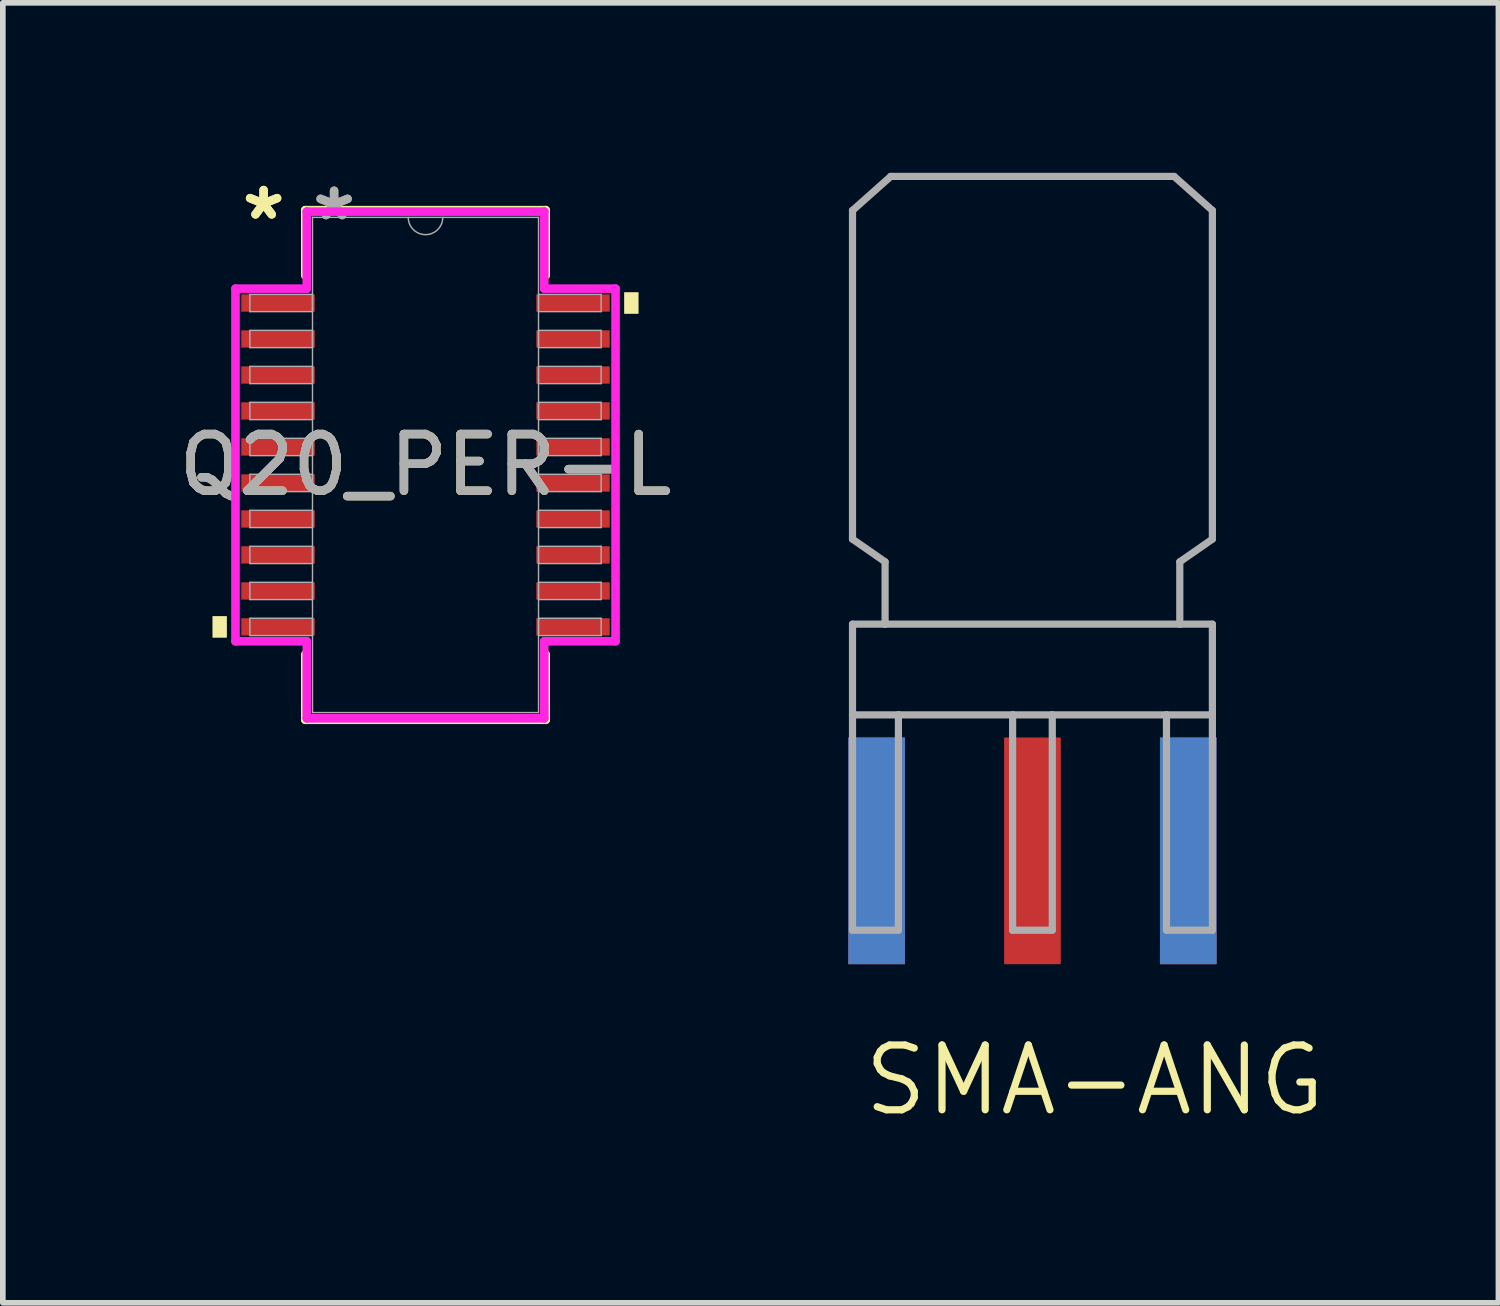
<source format=kicad_pcb>
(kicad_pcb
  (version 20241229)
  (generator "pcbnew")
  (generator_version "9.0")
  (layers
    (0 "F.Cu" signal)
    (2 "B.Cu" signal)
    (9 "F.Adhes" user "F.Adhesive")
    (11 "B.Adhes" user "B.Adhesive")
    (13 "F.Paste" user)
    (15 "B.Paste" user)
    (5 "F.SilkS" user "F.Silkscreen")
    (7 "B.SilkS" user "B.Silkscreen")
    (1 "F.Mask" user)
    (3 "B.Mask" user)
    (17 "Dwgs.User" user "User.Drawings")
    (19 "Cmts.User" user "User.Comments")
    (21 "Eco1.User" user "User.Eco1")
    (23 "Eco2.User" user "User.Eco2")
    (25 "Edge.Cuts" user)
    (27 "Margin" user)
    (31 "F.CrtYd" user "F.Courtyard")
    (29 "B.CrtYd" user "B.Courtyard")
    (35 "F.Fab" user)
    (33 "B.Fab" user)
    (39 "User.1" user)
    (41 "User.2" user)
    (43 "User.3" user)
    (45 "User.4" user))
  (footprint "Q20_PER-L"
    (layer "F.Cu")
    (at 4.458 5.154)
    (property "Reference" "Q20_PER-L" (at 0 0 0) (unlocked yes) (layer "F.SilkS") (effects (font (size 1 1) (thickness 0.15))))
    (attr smd)
    (fp_line (start -2.121 -4.496) (end -2.121 -3.343) (stroke (width 0.152) (type solid)) (layer "F.SilkS"))
    (fp_line (start -2.121 3.343) (end -2.121 4.496) (stroke (width 0.152) (type solid)) (layer "F.SilkS"))
    (fp_line (start -2.121 4.496) (end 2.121 4.496) (stroke (width 0.152) (type solid)) (layer "F.SilkS"))
    (fp_line (start 2.121 -4.496) (end -2.121 -4.496) (stroke (width 0.152) (type solid)) (layer "F.SilkS"))
    (fp_line (start 2.121 -3.343) (end 2.121 -4.496) (stroke (width 0.152) (type solid)) (layer "F.SilkS"))
    (fp_line (start 2.121 4.496) (end 2.121 3.343) (stroke (width 0.152) (type solid)) (layer "F.SilkS"))
    (fp_poly (pts (xy -3.759 2.667) (xy -3.759 3.048) (xy -3.505 3.048) (xy -3.505 2.667)) (stroke (width 0) (type solid)) (fill yes) (layer "F.SilkS"))
    (fp_poly (pts (xy 3.759 -3.048) (xy 3.759 -2.667) (xy 3.505 -2.667) (xy 3.505 -3.048)) (stroke (width 0) (type solid)) (fill yes) (layer "F.SilkS"))
    (fp_line (start -3.353 -3.111) (end -2.095 -3.111) (stroke (width 0.152) (type solid)) (layer "F.CrtYd"))
    (fp_line (start -3.353 3.111) (end -3.353 -3.111) (stroke (width 0.152) (type solid)) (layer "F.CrtYd"))
    (fp_line (start -3.353 3.111) (end -2.095 3.111) (stroke (width 0.152) (type solid)) (layer "F.CrtYd"))
    (fp_line (start -2.095 -4.47) (end 2.095 -4.47) (stroke (width 0.152) (type solid)) (layer "F.CrtYd"))
    (fp_line (start -2.095 -3.111) (end -2.095 -4.47) (stroke (width 0.152) (type solid)) (layer "F.CrtYd"))
    (fp_line (start -2.095 4.47) (end -2.095 3.111) (stroke (width 0.152) (type solid)) (layer "F.CrtYd"))
    (fp_line (start 2.095 -4.47) (end 2.095 -3.111) (stroke (width 0.152) (type solid)) (layer "F.CrtYd"))
    (fp_line (start 2.095 3.111) (end 2.095 4.47) (stroke (width 0.152) (type solid)) (layer "F.CrtYd"))
    (fp_line (start 2.095 4.47) (end -2.095 4.47) (stroke (width 0.152) (type solid)) (layer "F.CrtYd"))
    (fp_line (start 3.353 -3.111) (end 2.095 -3.111) (stroke (width 0.152) (type solid)) (layer "F.CrtYd"))
    (fp_line (start 3.353 -3.111) (end 3.353 3.111) (stroke (width 0.152) (type solid)) (layer "F.CrtYd"))
    (fp_line (start 3.353 3.111) (end 2.095 3.111) (stroke (width 0.152) (type solid)) (layer "F.CrtYd"))
    (fp_line (start -3.099 -3.01) (end -3.099 -2.705) (stroke (width 0.025) (type solid)) (layer "F.Fab"))
    (fp_line (start -3.099 -2.705) (end -1.994 -2.705) (stroke (width 0.025) (type solid)) (layer "F.Fab"))
    (fp_line (start -3.099 -2.375) (end -3.099 -2.07) (stroke (width 0.025) (type solid)) (layer "F.Fab"))
    (fp_line (start -3.099 -2.07) (end -1.994 -2.07) (stroke (width 0.025) (type solid)) (layer "F.Fab"))
    (fp_line (start -3.099 -1.74) (end -3.099 -1.435) (stroke (width 0.025) (type solid)) (layer "F.Fab"))
    (fp_line (start -3.099 -1.435) (end -1.994 -1.435) (stroke (width 0.025) (type solid)) (layer "F.Fab"))
    (fp_line (start -3.099 -1.105) (end -3.099 -0.8) (stroke (width 0.025) (type solid)) (layer "F.Fab"))
    (fp_line (start -3.099 -0.8) (end -1.994 -0.8) (stroke (width 0.025) (type solid)) (layer "F.Fab"))
    (fp_line (start -3.099 -0.47) (end -3.099 -0.165) (stroke (width 0.025) (type solid)) (layer "F.Fab"))
    (fp_line (start -3.099 -0.165) (end -1.994 -0.165) (stroke (width 0.025) (type solid)) (layer "F.Fab"))
    (fp_line (start -3.099 0.165) (end -3.099 0.47) (stroke (width 0.025) (type solid)) (layer "F.Fab"))
    (fp_line (start -3.099 0.47) (end -1.994 0.47) (stroke (width 0.025) (type solid)) (layer "F.Fab"))
    (fp_line (start -3.099 0.8) (end -3.099 1.105) (stroke (width 0.025) (type solid)) (layer "F.Fab"))
    (fp_line (start -3.099 1.105) (end -1.994 1.105) (stroke (width 0.025) (type solid)) (layer "F.Fab"))
    (fp_line (start -3.099 1.435) (end -3.099 1.74) (stroke (width 0.025) (type solid)) (layer "F.Fab"))
    (fp_line (start -3.099 1.74) (end -1.994 1.74) (stroke (width 0.025) (type solid)) (layer "F.Fab"))
    (fp_line (start -3.099 2.07) (end -3.099 2.375) (stroke (width 0.025) (type solid)) (layer "F.Fab"))
    (fp_line (start -3.099 2.375) (end -1.994 2.375) (stroke (width 0.025) (type solid)) (layer "F.Fab"))
    (fp_line (start -3.099 2.705) (end -3.099 3.01) (stroke (width 0.025) (type solid)) (layer "F.Fab"))
    (fp_line (start -3.099 3.01) (end -1.994 3.01) (stroke (width 0.025) (type solid)) (layer "F.Fab"))
    (fp_line (start -1.994 -4.369) (end -1.994 4.369) (stroke (width 0.025) (type solid)) (layer "F.Fab"))
    (fp_line (start -1.994 -3.01) (end -3.099 -3.01) (stroke (width 0.025) (type solid)) (layer "F.Fab"))
    (fp_line (start -1.994 -2.705) (end -1.994 -3.01) (stroke (width 0.025) (type solid)) (layer "F.Fab"))
    (fp_line (start -1.994 -2.375) (end -3.099 -2.375) (stroke (width 0.025) (type solid)) (layer "F.Fab"))
    (fp_line (start -1.994 -2.07) (end -1.994 -2.375) (stroke (width 0.025) (type solid)) (layer "F.Fab"))
    (fp_line (start -1.994 -1.74) (end -3.099 -1.74) (stroke (width 0.025) (type solid)) (layer "F.Fab"))
    (fp_line (start -1.994 -1.435) (end -1.994 -1.74) (stroke (width 0.025) (type solid)) (layer "F.Fab"))
    (fp_line (start -1.994 -1.105) (end -3.099 -1.105) (stroke (width 0.025) (type solid)) (layer "F.Fab"))
    (fp_line (start -1.994 -0.8) (end -1.994 -1.105) (stroke (width 0.025) (type solid)) (layer "F.Fab"))
    (fp_line (start -1.994 -0.47) (end -3.099 -0.47) (stroke (width 0.025) (type solid)) (layer "F.Fab"))
    (fp_line (start -1.994 -0.165) (end -1.994 -0.47) (stroke (width 0.025) (type solid)) (layer "F.Fab"))
    (fp_line (start -1.994 0.165) (end -3.099 0.165) (stroke (width 0.025) (type solid)) (layer "F.Fab"))
    (fp_line (start -1.994 0.47) (end -1.994 0.165) (stroke (width 0.025) (type solid)) (layer "F.Fab"))
    (fp_line (start -1.994 0.8) (end -3.099 0.8) (stroke (width 0.025) (type solid)) (layer "F.Fab"))
    (fp_line (start -1.994 1.105) (end -1.994 0.8) (stroke (width 0.025) (type solid)) (layer "F.Fab"))
    (fp_line (start -1.994 1.435) (end -3.099 1.435) (stroke (width 0.025) (type solid)) (layer "F.Fab"))
    (fp_line (start -1.994 1.74) (end -1.994 1.435) (stroke (width 0.025) (type solid)) (layer "F.Fab"))
    (fp_line (start -1.994 2.07) (end -3.099 2.07) (stroke (width 0.025) (type solid)) (layer "F.Fab"))
    (fp_line (start -1.994 2.375) (end -1.994 2.07) (stroke (width 0.025) (type solid)) (layer "F.Fab"))
    (fp_line (start -1.994 2.705) (end -3.099 2.705) (stroke (width 0.025) (type solid)) (layer "F.Fab"))
    (fp_line (start -1.994 3.01) (end -1.994 2.705) (stroke (width 0.025) (type solid)) (layer "F.Fab"))
    (fp_line (start -1.994 4.369) (end 1.994 4.369) (stroke (width 0.025) (type solid)) (layer "F.Fab"))
    (fp_line (start 1.994 -4.369) (end -1.994 -4.369) (stroke (width 0.025) (type solid)) (layer "F.Fab"))
    (fp_line (start 1.994 -3.01) (end 1.994 -2.705) (stroke (width 0.025) (type solid)) (layer "F.Fab"))
    (fp_line (start 1.994 -2.705) (end 3.099 -2.705) (stroke (width 0.025) (type solid)) (layer "F.Fab"))
    (fp_line (start 1.994 -2.375) (end 1.994 -2.07) (stroke (width 0.025) (type solid)) (layer "F.Fab"))
    (fp_line (start 1.994 -2.07) (end 3.099 -2.07) (stroke (width 0.025) (type solid)) (layer "F.Fab"))
    (fp_line (start 1.994 -1.74) (end 1.994 -1.435) (stroke (width 0.025) (type solid)) (layer "F.Fab"))
    (fp_line (start 1.994 -1.435) (end 3.099 -1.435) (stroke (width 0.025) (type solid)) (layer "F.Fab"))
    (fp_line (start 1.994 -1.105) (end 1.994 -0.8) (stroke (width 0.025) (type solid)) (layer "F.Fab"))
    (fp_line (start 1.994 -0.8) (end 3.099 -0.8) (stroke (width 0.025) (type solid)) (layer "F.Fab"))
    (fp_line (start 1.994 -0.47) (end 1.994 -0.165) (stroke (width 0.025) (type solid)) (layer "F.Fab"))
    (fp_line (start 1.994 -0.165) (end 3.099 -0.165) (stroke (width 0.025) (type solid)) (layer "F.Fab"))
    (fp_line (start 1.994 0.165) (end 1.994 0.47) (stroke (width 0.025) (type solid)) (layer "F.Fab"))
    (fp_line (start 1.994 0.47) (end 3.099 0.47) (stroke (width 0.025) (type solid)) (layer "F.Fab"))
    (fp_line (start 1.994 0.8) (end 1.994 1.105) (stroke (width 0.025) (type solid)) (layer "F.Fab"))
    (fp_line (start 1.994 1.105) (end 3.099 1.105) (stroke (width 0.025) (type solid)) (layer "F.Fab"))
    (fp_line (start 1.994 1.435) (end 1.994 1.74) (stroke (width 0.025) (type solid)) (layer "F.Fab"))
    (fp_line (start 1.994 1.74) (end 3.099 1.74) (stroke (width 0.025) (type solid)) (layer "F.Fab"))
    (fp_line (start 1.994 2.07) (end 1.994 2.375) (stroke (width 0.025) (type solid)) (layer "F.Fab"))
    (fp_line (start 1.994 2.375) (end 3.099 2.375) (stroke (width 0.025) (type solid)) (layer "F.Fab"))
    (fp_line (start 1.994 2.705) (end 1.994 3.01) (stroke (width 0.025) (type solid)) (layer "F.Fab"))
    (fp_line (start 1.994 3.01) (end 3.099 3.01) (stroke (width 0.025) (type solid)) (layer "F.Fab"))
    (fp_line (start 1.994 4.369) (end 1.994 -4.369) (stroke (width 0.025) (type solid)) (layer "F.Fab"))
    (fp_line (start 3.099 -3.01) (end 1.994 -3.01) (stroke (width 0.025) (type solid)) (layer "F.Fab"))
    (fp_line (start 3.099 -2.705) (end 3.099 -3.01) (stroke (width 0.025) (type solid)) (layer "F.Fab"))
    (fp_line (start 3.099 -2.375) (end 1.994 -2.375) (stroke (width 0.025) (type solid)) (layer "F.Fab"))
    (fp_line (start 3.099 -2.07) (end 3.099 -2.375) (stroke (width 0.025) (type solid)) (layer "F.Fab"))
    (fp_line (start 3.099 -1.74) (end 1.994 -1.74) (stroke (width 0.025) (type solid)) (layer "F.Fab"))
    (fp_line (start 3.099 -1.435) (end 3.099 -1.74) (stroke (width 0.025) (type solid)) (layer "F.Fab"))
    (fp_line (start 3.099 -1.105) (end 1.994 -1.105) (stroke (width 0.025) (type solid)) (layer "F.Fab"))
    (fp_line (start 3.099 -0.8) (end 3.099 -1.105) (stroke (width 0.025) (type solid)) (layer "F.Fab"))
    (fp_line (start 3.099 -0.47) (end 1.994 -0.47) (stroke (width 0.025) (type solid)) (layer "F.Fab"))
    (fp_line (start 3.099 -0.165) (end 3.099 -0.47) (stroke (width 0.025) (type solid)) (layer "F.Fab"))
    (fp_line (start 3.099 0.165) (end 1.994 0.165) (stroke (width 0.025) (type solid)) (layer "F.Fab"))
    (fp_line (start 3.099 0.47) (end 3.099 0.165) (stroke (width 0.025) (type solid)) (layer "F.Fab"))
    (fp_line (start 3.099 0.8) (end 1.994 0.8) (stroke (width 0.025) (type solid)) (layer "F.Fab"))
    (fp_line (start 3.099 1.105) (end 3.099 0.8) (stroke (width 0.025) (type solid)) (layer "F.Fab"))
    (fp_line (start 3.099 1.435) (end 1.994 1.435) (stroke (width 0.025) (type solid)) (layer "F.Fab"))
    (fp_line (start 3.099 1.74) (end 3.099 1.435) (stroke (width 0.025) (type solid)) (layer "F.Fab"))
    (fp_line (start 3.099 2.07) (end 1.994 2.07) (stroke (width 0.025) (type solid)) (layer "F.Fab"))
    (fp_line (start 3.099 2.375) (end 3.099 2.07) (stroke (width 0.025) (type solid)) (layer "F.Fab"))
    (fp_line (start 3.099 2.705) (end 1.994 2.705) (stroke (width 0.025) (type solid)) (layer "F.Fab"))
    (fp_line (start 3.099 3.01) (end 3.099 2.705) (stroke (width 0.025) (type solid)) (layer "F.Fab"))
    (fp_arc (start 0.3048 -4.3688) (mid 0 -4.064) (end -0.3048 -4.3688) (stroke (width 0.0254) (type solid)) (layer "F.Fab"))
    (fp_text user "*" (at -2.857 -4.305 0) (layer "F.SilkS") (effects (font (size 1 1) (thickness 0.15))))
    (fp_text user "*" (at -2.857 -4.305 0) (unlocked yes) (layer "F.SilkS") (effects (font (size 1 1) (thickness 0.15))))
    (fp_text user "${REFERENCE}" (at 0 0 0) (unlocked yes) (layer "F.Fab") (effects (font (size 1 1) (thickness 0.15))))
    (fp_text user "*" (at -1.613 -4.293 0) (layer "F.Fab") (effects (font (size 1 1) (thickness 0.15))))
    (fp_text user "*" (at -1.613 -4.293 0) (unlocked yes) (layer "F.Fab") (effects (font (size 1 1) (thickness 0.15))))
    (pad "1" smd rect (at -2.603 -2.857) (size 1.295 0.305) (layers "F.Cu" "F.Mask" "F.Paste"))
    (pad "2" smd rect (at -2.603 -2.223) (size 1.295 0.305) (layers "F.Cu" "F.Mask" "F.Paste"))
    (pad "3" smd rect (at -2.603 -1.587) (size 1.295 0.305) (layers "F.Cu" "F.Mask" "F.Paste"))
    (pad "4" smd rect (at -2.603 -0.953) (size 1.295 0.305) (layers "F.Cu" "F.Mask" "F.Paste"))
    (pad "5" smd rect (at -2.603 -0.318) (size 1.295 0.305) (layers "F.Cu" "F.Mask" "F.Paste"))
    (pad "6" smd rect (at -2.603 0.318) (size 1.295 0.305) (layers "F.Cu" "F.Mask" "F.Paste"))
    (pad "7" smd rect (at -2.603 0.953) (size 1.295 0.305) (layers "F.Cu" "F.Mask" "F.Paste"))
    (pad "8" smd rect (at -2.603 1.587) (size 1.295 0.305) (layers "F.Cu" "F.Mask" "F.Paste"))
    (pad "9" smd rect (at -2.603 2.223) (size 1.295 0.305) (layers "F.Cu" "F.Mask" "F.Paste"))
    (pad "10" smd rect (at -2.603 2.857) (size 1.295 0.305) (layers "F.Cu" "F.Mask" "F.Paste"))
    (pad "11" smd rect (at 2.603 2.857) (size 1.295 0.305) (layers "F.Cu" "F.Mask" "F.Paste"))
    (pad "12" smd rect (at 2.603 2.223) (size 1.295 0.305) (layers "F.Cu" "F.Mask" "F.Paste"))
    (pad "13" smd rect (at 2.603 1.587) (size 1.295 0.305) (layers "F.Cu" "F.Mask" "F.Paste"))
    (pad "14" smd rect (at 2.603 0.953) (size 1.295 0.305) (layers "F.Cu" "F.Mask" "F.Paste"))
    (pad "15" smd rect (at 2.603 0.318) (size 1.295 0.305) (layers "F.Cu" "F.Mask" "F.Paste"))
    (pad "16" smd rect (at 2.603 -0.318) (size 1.295 0.305) (layers "F.Cu" "F.Mask" "F.Paste"))
    (pad "17" smd rect (at 2.603 -0.953) (size 1.295 0.305) (layers "F.Cu" "F.Mask" "F.Paste"))
    (pad "18" smd rect (at 2.603 -1.587) (size 1.295 0.305) (layers "F.Cu" "F.Mask" "F.Paste"))
    (pad "19" smd rect (at 2.603 -2.223) (size 1.295 0.305) (layers "F.Cu" "F.Mask" "F.Paste"))
    (pad "20" smd rect (at 2.603 -2.857) (size 1.295 0.305) (layers "F.Cu" "F.Mask" "F.Paste")))
  (footprint "SMA-ANG"
    (layer "F.Cu")
    (at 15.167 7.963)
    (property "Reference" "SMA-ANG" (at -3.04 8.715 0) (layer "F.SilkS") (effects (font (size 1.143 1.143) (thickness 0.127)) (justify left bottom)))
    (fp_line (start -3.175 -7.3) (end -2.5 -7.9) (stroke (width 0.127) (type solid)) (layer "F.Fab"))
    (fp_line (start -3.175 -1.5) (end -3.175 -7.3) (stroke (width 0.127) (type solid)) (layer "F.Fab"))
    (fp_line (start -3.175 0) (end -3.175 1.6) (stroke (width 0.127) (type solid)) (layer "F.Fab"))
    (fp_line (start -3.175 1.6) (end -3.175 5.4) (stroke (width 0.127) (type solid)) (layer "F.Fab"))
    (fp_line (start -2.6 -1.1) (end -3.175 -1.5) (stroke (width 0.127) (type solid)) (layer "F.Fab"))
    (fp_line (start -2.6 0) (end -3.175 0) (stroke (width 0.127) (type solid)) (layer "F.Fab"))
    (fp_line (start -2.6 0) (end -2.6 -1.1) (stroke (width 0.127) (type solid)) (layer "F.Fab"))
    (fp_line (start -2.5 -7.9) (end 2.5 -7.9) (stroke (width 0.127) (type solid)) (layer "F.Fab"))
    (fp_line (start -2.365 1.6) (end -3.175 1.6) (stroke (width 0.127) (type solid)) (layer "F.Fab"))
    (fp_line (start -2.365 1.6) (end -2.365 5.4) (stroke (width 0.127) (type solid)) (layer "F.Fab"))
    (fp_line (start -2.365 5.4) (end -3.175 5.4) (stroke (width 0.127) (type solid)) (layer "F.Fab"))
    (fp_line (start -0.35 1.6) (end -2.365 1.6) (stroke (width 0.127) (type solid)) (layer "F.Fab"))
    (fp_line (start -0.35 1.6) (end -0.35 5.4) (stroke (width 0.127) (type solid)) (layer "F.Fab"))
    (fp_line (start 0.35 1.6) (end -0.35 1.6) (stroke (width 0.127) (type solid)) (layer "F.Fab"))
    (fp_line (start 0.35 1.6) (end 0.35 5.4) (stroke (width 0.127) (type solid)) (layer "F.Fab"))
    (fp_line (start 0.35 5.4) (end -0.35 5.4) (stroke (width 0.127) (type solid)) (layer "F.Fab"))
    (fp_line (start 2.365 1.6) (end 0.35 1.6) (stroke (width 0.127) (type solid)) (layer "F.Fab"))
    (fp_line (start 2.365 5.4) (end 2.365 1.6) (stroke (width 0.127) (type solid)) (layer "F.Fab"))
    (fp_line (start 2.5 -7.9) (end 3.175 -7.3) (stroke (width 0.127) (type solid)) (layer "F.Fab"))
    (fp_line (start 2.6 -1.1) (end 2.6 0) (stroke (width 0.127) (type solid)) (layer "F.Fab"))
    (fp_line (start 2.6 0) (end -2.6 0) (stroke (width 0.127) (type solid)) (layer "F.Fab"))
    (fp_line (start 3.175 -7.3) (end 3.175 -1.5) (stroke (width 0.127) (type solid)) (layer "F.Fab"))
    (fp_line (start 3.175 -1.5) (end 2.6 -1.1) (stroke (width 0.127) (type solid)) (layer "F.Fab"))
    (fp_line (start 3.175 0) (end 2.6 0) (stroke (width 0.127) (type solid)) (layer "F.Fab"))
    (fp_line (start 3.175 1.6) (end 2.365 1.6) (stroke (width 0.127) (type solid)) (layer "F.Fab"))
    (fp_line (start 3.175 1.6) (end 3.175 0) (stroke (width 0.127) (type solid)) (layer "F.Fab"))
    (fp_line (start 3.175 5.4) (end 2.365 5.4) (stroke (width 0.127) (type solid)) (layer "F.Fab"))
    (fp_line (start 3.175 5.4) (end 3.175 1.6) (stroke (width 0.127) (type solid)) (layer "F.Fab"))
    (pad "P1" smd rect (at 0 4 270) (size 4 1) (layers "F.Cu" "F.Mask"))
    (pad "P2" smd rect (at -2.75 4 270) (size 4 1) (layers "F.Cu" "F.Mask"))
    (pad "P3" smd rect (at 2.75 4 270) (size 4 1) (layers "F.Cu" "F.Mask"))
    (pad "P4" smd rect (at -2.75 4 270) (size 4 1) (layers "B.Cu" "B.Mask"))
    (pad "P5" smd rect (at 2.75 4 270) (size 4 1) (layers "B.Cu" "B.Mask")))
  (gr_rect
    (start -3 -3)
    (end 23.389 19.938)
    (stroke (width 0.1) (type default))
    (fill no)
    (layer "Edge.Cuts")))
</source>
